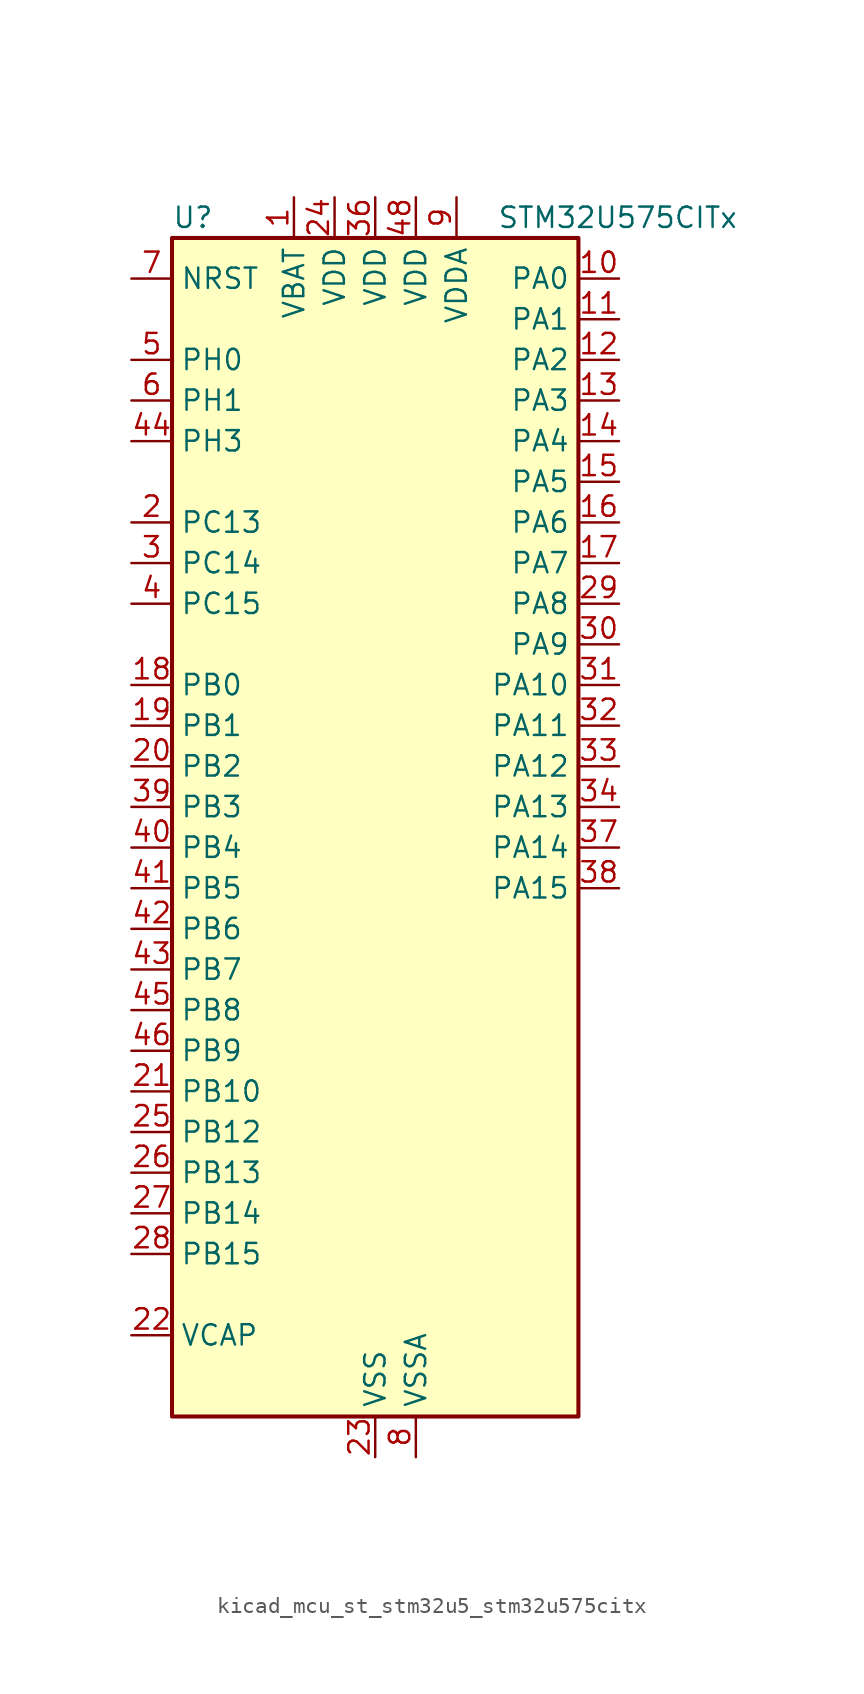
<source format=kicad_sym>
(kicad_symbol_lib
  (version 20220914)
  (generator kicad_symbol_editor)
  (symbol "kicad_mcu_st_stm32u5_stm32u575citx"
    (property "Reference" "U"
      (at -12.7 39.37 0)
      (effects (font (size 1.27 1.27)) (justify left)))
    (property "Value" "STM32U575CITx"
      (at 7.62 39.37 0)
      (effects (font (size 1.27 1.27)) (justify left)))
    (property "ki_locked" ""
      (at 0 0 0)
      (effects (font (size 1.27 1.27))))
    (symbol "kicad_mcu_st_stm32u5_stm32u575citx_0_1"
      (rectangle (start -12.7 -35.56) (end 12.7 38.1) (stroke (width 0.254) (type default)) (fill (type background))))
    (symbol "kicad_mcu_st_stm32u5_stm32u575citx_1_1"
      (pin power_in line (at -5.08 40.64 270) (length 2.54) (name "VBAT" (effects (font (size 1.27 1.27)))) (number "1" (effects (font (size 1.27 1.27)))))
      (pin bidirectional line (at 15.24 35.56 180) (length 2.54) (name "PA0" (effects (font (size 1.27 1.27)))) (number "10" (effects (font (size 1.27 1.27)))) (alternate "ADC1_IN5" bidirectional line) (alternate "AUDIOCLK" bidirectional line) (alternate "OCTOSPIM_P2_NCS" bidirectional line) (alternate "OPAMP1_VINP" bidirectional line) (alternate "PWR_WKUP1" bidirectional line) (alternate "SPI3_RDY" bidirectional line) (alternate "TAMP_IN2" bidirectional line) (alternate "TAMP_OUT1" bidirectional line) (alternate "TIM2_CH1" bidirectional line) (alternate "TIM2_ETR" bidirectional line) (alternate "TIM5_CH1" bidirectional line) (alternate "TIM8_ETR" bidirectional line) (alternate "UART4_TX" bidirectional line) (alternate "USART2_CTS" bidirectional line))
      (pin bidirectional line (at 15.24 33.02 180) (length 2.54) (name "PA1" (effects (font (size 1.27 1.27)))) (number "11" (effects (font (size 1.27 1.27)))) (alternate "ADC1_IN6" bidirectional line) (alternate "I2C1_SMBA" bidirectional line) (alternate "LPTIM1_CH2" bidirectional line) (alternate "OCTOSPIM_P1_DQS" bidirectional line) (alternate "OPAMP1_VINM" bidirectional line) (alternate "PWR_WKUP3" bidirectional line) (alternate "SPI1_SCK" bidirectional line) (alternate "TAMP_IN5" bidirectional line) (alternate "TAMP_OUT4" bidirectional line) (alternate "TIM15_CH1N" bidirectional line) (alternate "TIM2_CH2" bidirectional line) (alternate "TIM5_CH2" bidirectional line) (alternate "UART4_RX" bidirectional line) (alternate "USART2_DE" bidirectional line) (alternate "USART2_RTS" bidirectional line))
      (pin bidirectional line (at 15.24 30.48 180) (length 2.54) (name "PA2" (effects (font (size 1.27 1.27)))) (number "12" (effects (font (size 1.27 1.27)))) (alternate "ADC1_IN7" bidirectional line) (alternate "COMP1_INP" bidirectional line) (alternate "LPUART1_TX" bidirectional line) (alternate "OCTOSPIM_P1_NCS" bidirectional line) (alternate "PWR_WKUP4" bidirectional line) (alternate "RCC_LSCO" bidirectional line) (alternate "SPI1_RDY" bidirectional line) (alternate "TIM15_CH1" bidirectional line) (alternate "TIM2_CH3" bidirectional line) (alternate "TIM5_CH3" bidirectional line) (alternate "UCPD1_FRSTX1" bidirectional line) (alternate "USART2_TX" bidirectional line))
      (pin bidirectional line (at 15.24 27.94 180) (length 2.54) (name "PA3" (effects (font (size 1.27 1.27)))) (number "13" (effects (font (size 1.27 1.27)))) (alternate "ADC1_IN8" bidirectional line) (alternate "LPUART1_RX" bidirectional line) (alternate "OCTOSPIM_P1_CLK" bidirectional line) (alternate "OPAMP1_VOUT" bidirectional line) (alternate "PWR_WKUP5" bidirectional line) (alternate "SAI1_CK1" bidirectional line) (alternate "SAI1_MCLK_A" bidirectional line) (alternate "TIM15_CH2" bidirectional line) (alternate "TIM2_CH4" bidirectional line) (alternate "TIM5_CH4" bidirectional line) (alternate "USART2_RX" bidirectional line))
      (pin bidirectional line (at 15.24 25.4 180) (length 2.54) (name "PA4" (effects (font (size 1.27 1.27)))) (number "14" (effects (font (size 1.27 1.27)))) (alternate "ADC1_IN9" bidirectional line) (alternate "ADC4_IN9" bidirectional line) (alternate "DAC1_OUT1" bidirectional line) (alternate "LPTIM2_CH1" bidirectional line) (alternate "OCTOSPIM_P1_NCS" bidirectional line) (alternate "PWR_WKUP2" bidirectional line) (alternate "SAI1_FS_B" bidirectional line) (alternate "SPI1_NSS" bidirectional line) (alternate "SPI3_NSS" bidirectional line) (alternate "USART2_CK" bidirectional line))
      (pin bidirectional line (at 15.24 22.86 180) (length 2.54) (name "PA5" (effects (font (size 1.27 1.27)))) (number "15" (effects (font (size 1.27 1.27)))) (alternate "ADC1_IN10" bidirectional line) (alternate "ADC4_IN10" bidirectional line) (alternate "DAC1_OUT2" bidirectional line) (alternate "LPTIM2_ETR" bidirectional line) (alternate "PWR_CSLEEP" bidirectional line) (alternate "PWR_WKUP6" bidirectional line) (alternate "SPI1_SCK" bidirectional line) (alternate "TIM2_CH1" bidirectional line) (alternate "TIM2_ETR" bidirectional line) (alternate "TIM8_CH1N" bidirectional line) (alternate "USART3_RX" bidirectional line))
      (pin bidirectional line (at 15.24 20.32 180) (length 2.54) (name "PA6" (effects (font (size 1.27 1.27)))) (number "16" (effects (font (size 1.27 1.27)))) (alternate "ADC1_IN11" bidirectional line) (alternate "ADC4_IN11" bidirectional line) (alternate "LPUART1_CTS" bidirectional line) (alternate "OCTOSPIM_P1_IO3" bidirectional line) (alternate "OPAMP2_VINP" bidirectional line) (alternate "PWR_CDSTOP" bidirectional line) (alternate "PWR_WKUP7" bidirectional line) (alternate "SPI1_MISO" bidirectional line) (alternate "TIM16_CH1" bidirectional line) (alternate "TIM1_BKIN" bidirectional line) (alternate "TIM3_CH1" bidirectional line) (alternate "TIM8_BKIN" bidirectional line) (alternate "USART3_CTS" bidirectional line))
      (pin bidirectional line (at 15.24 17.78 180) (length 2.54) (name "PA7" (effects (font (size 1.27 1.27)))) (number "17" (effects (font (size 1.27 1.27)))) (alternate "ADC1_IN12" bidirectional line) (alternate "ADC4_IN20" bidirectional line) (alternate "I2C3_SCL" bidirectional line) (alternate "LPTIM2_CH2" bidirectional line) (alternate "OCTOSPIM_P1_IO2" bidirectional line) (alternate "OPAMP2_VINM" bidirectional line) (alternate "PWR_SRDSTOP" bidirectional line) (alternate "PWR_WKUP8" bidirectional line) (alternate "SPI1_MOSI" bidirectional line) (alternate "TIM17_CH1" bidirectional line) (alternate "TIM1_CH1N" bidirectional line) (alternate "TIM3_CH2" bidirectional line) (alternate "TIM8_CH1N" bidirectional line) (alternate "USART3_TX" bidirectional line))
      (pin bidirectional line (at -15.24 10.16 0) (length 2.54) (name "PB0" (effects (font (size 1.27 1.27)))) (number "18" (effects (font (size 1.27 1.27)))) (alternate "ADC1_IN15" bidirectional line) (alternate "ADC4_IN18" bidirectional line) (alternate "AUDIOCLK" bidirectional line) (alternate "COMP1_OUT" bidirectional line) (alternate "LPTIM3_CH1" bidirectional line) (alternate "OCTOSPIM_P1_IO1" bidirectional line) (alternate "OPAMP2_VOUT" bidirectional line) (alternate "SPI1_NSS" bidirectional line) (alternate "TIM1_CH2N" bidirectional line) (alternate "TIM3_CH3" bidirectional line) (alternate "TIM8_CH2N" bidirectional line) (alternate "USART3_CK" bidirectional line))
      (pin bidirectional line (at -15.24 7.62 0) (length 2.54) (name "PB1" (effects (font (size 1.27 1.27)))) (number "19" (effects (font (size 1.27 1.27)))) (alternate "ADC1_IN16" bidirectional line) (alternate "ADC4_IN19" bidirectional line) (alternate "COMP1_INM" bidirectional line) (alternate "LPTIM2_IN1" bidirectional line) (alternate "LPTIM3_CH2" bidirectional line) (alternate "LPUART1_DE" bidirectional line) (alternate "LPUART1_RTS" bidirectional line) (alternate "MDF1_SDI0" bidirectional line) (alternate "OCTOSPIM_P1_IO0" bidirectional line) (alternate "PWR_WKUP4" bidirectional line) (alternate "TIM1_CH3N" bidirectional line) (alternate "TIM3_CH4" bidirectional line) (alternate "TIM8_CH3N" bidirectional line) (alternate "USART3_DE" bidirectional line) (alternate "USART3_RTS" bidirectional line))
      (pin bidirectional line (at -15.24 20.32 0) (length 2.54) (name "PC13" (effects (font (size 1.27 1.27)))) (number "2" (effects (font (size 1.27 1.27)))) (alternate "PWR_WKUP2" bidirectional line) (alternate "RTC_OUT1" bidirectional line) (alternate "RTC_TS" bidirectional line) (alternate "TAMP_IN1" bidirectional line) (alternate "TAMP_OUT2" bidirectional line))
      (pin bidirectional line (at -15.24 5.08 0) (length 2.54) (name "PB2" (effects (font (size 1.27 1.27)))) (number "20" (effects (font (size 1.27 1.27)))) (alternate "ADC1_IN17" bidirectional line) (alternate "COMP1_INP" bidirectional line) (alternate "I2C3_SMBA" bidirectional line) (alternate "LPTIM1_CH1" bidirectional line) (alternate "MDF1_CKI0" bidirectional line) (alternate "OCTOSPIM_P1_DQS" bidirectional line) (alternate "PWR_WKUP1" bidirectional line) (alternate "RTC_OUT2" bidirectional line) (alternate "SPI1_RDY" bidirectional line) (alternate "TIM8_CH4N" bidirectional line) (alternate "UCPD1_FRSTX1" bidirectional line))
      (pin bidirectional line (at -15.24 -15.24 0) (length 2.54) (name "PB10" (effects (font (size 1.27 1.27)))) (number "21" (effects (font (size 1.27 1.27)))) (alternate "COMP1_OUT" bidirectional line) (alternate "I2C2_SCL" bidirectional line) (alternate "I2C4_SCL" bidirectional line) (alternate "LPTIM3_CH1" bidirectional line) (alternate "LPUART1_RX" bidirectional line) (alternate "OCTOSPIM_P1_CLK" bidirectional line) (alternate "PWR_WKUP8" bidirectional line) (alternate "SAI1_SCK_A" bidirectional line) (alternate "SPI2_SCK" bidirectional line) (alternate "TIM2_CH3" bidirectional line) (alternate "TSC_SYNC" bidirectional line) (alternate "USART3_TX" bidirectional line))
      (pin power_out line (at -15.24 -30.48 0) (length 2.54) (name "VCAP" (effects (font (size 1.27 1.27)))) (number "22" (effects (font (size 1.27 1.27)))))
      (pin power_in line (at 0 -38.1 90) (length 2.54) (name "VSS" (effects (font (size 1.27 1.27)))) (number "23" (effects (font (size 1.27 1.27)))))
      (pin power_in line (at -2.54 40.64 270) (length 2.54) (name "VDD" (effects (font (size 1.27 1.27)))) (number "24" (effects (font (size 1.27 1.27)))))
      (pin bidirectional line (at -15.24 -17.78 0) (length 2.54) (name "PB12" (effects (font (size 1.27 1.27)))) (number "25" (effects (font (size 1.27 1.27)))) (alternate "I2C2_SMBA" bidirectional line) (alternate "LPUART1_DE" bidirectional line) (alternate "LPUART1_RTS" bidirectional line) (alternate "MDF1_SDI1" bidirectional line) (alternate "OCTOSPIM_P1_NCLK" bidirectional line) (alternate "SPI2_NSS" bidirectional line) (alternate "TIM15_BKIN" bidirectional line) (alternate "TIM1_BKIN" bidirectional line) (alternate "TSC_G1_IO1" bidirectional line) (alternate "USART3_CK" bidirectional line))
      (pin bidirectional line (at -15.24 -20.32 0) (length 2.54) (name "PB13" (effects (font (size 1.27 1.27)))) (number "26" (effects (font (size 1.27 1.27)))) (alternate "I2C2_SCL" bidirectional line) (alternate "LPTIM3_IN1" bidirectional line) (alternate "LPUART1_CTS" bidirectional line) (alternate "MDF1_CKI1" bidirectional line) (alternate "SPI2_SCK" bidirectional line) (alternate "TIM15_CH1N" bidirectional line) (alternate "TIM1_CH1N" bidirectional line) (alternate "TSC_G1_IO2" bidirectional line) (alternate "USART3_CTS" bidirectional line))
      (pin bidirectional line (at -15.24 -22.86 0) (length 2.54) (name "PB14" (effects (font (size 1.27 1.27)))) (number "27" (effects (font (size 1.27 1.27)))) (alternate "I2C2_SDA" bidirectional line) (alternate "LPTIM3_ETR" bidirectional line) (alternate "MDF1_SDI2" bidirectional line) (alternate "SPI2_MISO" bidirectional line) (alternate "TIM15_CH1" bidirectional line) (alternate "TIM1_CH2N" bidirectional line) (alternate "TIM8_CH2N" bidirectional line) (alternate "TSC_G1_IO3" bidirectional line) (alternate "UCPD1_DBCC2" bidirectional line) (alternate "USART3_DE" bidirectional line) (alternate "USART3_RTS" bidirectional line))
      (pin bidirectional line (at -15.24 -25.4 0) (length 2.54) (name "PB15" (effects (font (size 1.27 1.27)))) (number "28" (effects (font (size 1.27 1.27)))) (alternate "ADC1_EXTI15" bidirectional line) (alternate "ADC4_EXTI15" bidirectional line) (alternate "LPTIM2_IN2" bidirectional line) (alternate "MDF1_CKI2" bidirectional line) (alternate "PWR_WKUP7" bidirectional line) (alternate "RTC_REFIN" bidirectional line) (alternate "SPI2_MOSI" bidirectional line) (alternate "TIM15_CH2" bidirectional line) (alternate "TIM1_CH3N" bidirectional line) (alternate "TIM8_CH3N" bidirectional line) (alternate "UCPD1_CC2" bidirectional line))
      (pin bidirectional line (at 15.24 15.24 180) (length 2.54) (name "PA8" (effects (font (size 1.27 1.27)))) (number "29" (effects (font (size 1.27 1.27)))) (alternate "DEBUG_TRACECLK" bidirectional line) (alternate "LPTIM2_CH1" bidirectional line) (alternate "RCC_MCO" bidirectional line) (alternate "SAI1_CK2" bidirectional line) (alternate "SAI1_SCK_A" bidirectional line) (alternate "SPI1_RDY" bidirectional line) (alternate "TIM1_CH1" bidirectional line) (alternate "USART1_CK" bidirectional line) (alternate "USB_OTG_FS_SOF" bidirectional line))
      (pin bidirectional line (at -15.24 17.78 0) (length 2.54) (name "PC14" (effects (font (size 1.27 1.27)))) (number "3" (effects (font (size 1.27 1.27)))) (alternate "RCC_OSC32_IN" bidirectional line))
      (pin bidirectional line (at 15.24 12.7 180) (length 2.54) (name "PA9" (effects (font (size 1.27 1.27)))) (number "30" (effects (font (size 1.27 1.27)))) (alternate "DAC1_EXTI9" bidirectional line) (alternate "SAI1_FS_A" bidirectional line) (alternate "SPI2_SCK" bidirectional line) (alternate "TIM15_BKIN" bidirectional line) (alternate "TIM1_CH2" bidirectional line) (alternate "USART1_TX" bidirectional line) (alternate "USB_OTG_FS_VBUS" bidirectional line))
      (pin bidirectional line (at 15.24 10.16 180) (length 2.54) (name "PA10" (effects (font (size 1.27 1.27)))) (number "31" (effects (font (size 1.27 1.27)))) (alternate "CRS_SYNC" bidirectional line) (alternate "LPTIM2_IN2" bidirectional line) (alternate "SAI1_D1" bidirectional line) (alternate "SAI1_SD_A" bidirectional line) (alternate "TIM17_BKIN" bidirectional line) (alternate "TIM1_CH3" bidirectional line) (alternate "USART1_RX" bidirectional line) (alternate "USB_OTG_FS_ID" bidirectional line))
      (pin bidirectional line (at 15.24 7.62 180) (length 2.54) (name "PA11" (effects (font (size 1.27 1.27)))) (number "32" (effects (font (size 1.27 1.27)))) (alternate "ADC1_EXTI11" bidirectional line) (alternate "FDCAN1_RX" bidirectional line) (alternate "SPI1_MISO" bidirectional line) (alternate "TIM1_BKIN2" bidirectional line) (alternate "TIM1_CH4" bidirectional line) (alternate "USART1_CTS" bidirectional line) (alternate "USB_OTG_FS_DM" bidirectional line))
      (pin bidirectional line (at 15.24 5.08 180) (length 2.54) (name "PA12" (effects (font (size 1.27 1.27)))) (number "33" (effects (font (size 1.27 1.27)))) (alternate "FDCAN1_TX" bidirectional line) (alternate "OCTOSPIM_P2_NCS" bidirectional line) (alternate "SPI1_MOSI" bidirectional line) (alternate "TIM1_ETR" bidirectional line) (alternate "USART1_DE" bidirectional line) (alternate "USART1_RTS" bidirectional line) (alternate "USB_OTG_FS_DP" bidirectional line))
      (pin bidirectional line (at 15.24 2.54 180) (length 2.54) (name "PA13" (effects (font (size 1.27 1.27)))) (number "34" (effects (font (size 1.27 1.27)))) (alternate "DEBUG_JTMS-SWDIO" bidirectional line) (alternate "IR_OUT" bidirectional line) (alternate "SAI1_SD_B" bidirectional line) (alternate "USB_OTG_FS_NOE" bidirectional line))
      (pin passive line (at 0 -38.1 90) (length 2.54) hide (name "VSS" (effects (font (size 1.27 1.27)))) (number "35" (effects (font (size 1.27 1.27)))))
      (pin power_in line (at 0 40.64 270) (length 2.54) (name "VDD" (effects (font (size 1.27 1.27)))) (number "36" (effects (font (size 1.27 1.27)))))
      (pin bidirectional line (at 15.24 0 180) (length 2.54) (name "PA14" (effects (font (size 1.27 1.27)))) (number "37" (effects (font (size 1.27 1.27)))) (alternate "DEBUG_JTCK-SWCLK" bidirectional line) (alternate "I2C1_SMBA" bidirectional line) (alternate "I2C4_SMBA" bidirectional line) (alternate "LPTIM1_CH1" bidirectional line) (alternate "SAI1_FS_B" bidirectional line) (alternate "USB_OTG_FS_SOF" bidirectional line))
      (pin bidirectional line (at 15.24 -2.54 180) (length 2.54) (name "PA15" (effects (font (size 1.27 1.27)))) (number "38" (effects (font (size 1.27 1.27)))) (alternate "ADC1_EXTI15" bidirectional line) (alternate "ADC4_EXTI15" bidirectional line) (alternate "DEBUG_JTDI" bidirectional line) (alternate "SPI1_NSS" bidirectional line) (alternate "SPI3_NSS" bidirectional line) (alternate "TIM2_CH1" bidirectional line) (alternate "TIM2_ETR" bidirectional line) (alternate "UART4_DE" bidirectional line) (alternate "UART4_RTS" bidirectional line) (alternate "UCPD1_CC1" bidirectional line) (alternate "USART2_RX" bidirectional line) (alternate "USART3_DE" bidirectional line) (alternate "USART3_RTS" bidirectional line))
      (pin bidirectional line (at -15.24 2.54 0) (length 2.54) (name "PB3" (effects (font (size 1.27 1.27)))) (number "39" (effects (font (size 1.27 1.27)))) (alternate "ADF1_CCK0" bidirectional line) (alternate "COMP2_INM" bidirectional line) (alternate "CRS_SYNC" bidirectional line) (alternate "DEBUG_JTDO-SWO" bidirectional line) (alternate "I2C1_SDA" bidirectional line) (alternate "LPTIM1_CH1" bidirectional line) (alternate "SAI1_SCK_B" bidirectional line) (alternate "SPI1_SCK" bidirectional line) (alternate "SPI3_SCK" bidirectional line) (alternate "TIM2_CH2" bidirectional line) (alternate "USART1_DE" bidirectional line) (alternate "USART1_RTS" bidirectional line))
      (pin bidirectional line (at -15.24 15.24 0) (length 2.54) (name "PC15" (effects (font (size 1.27 1.27)))) (number "4" (effects (font (size 1.27 1.27)))) (alternate "ADC1_EXTI15" bidirectional line) (alternate "ADC4_EXTI15" bidirectional line) (alternate "RCC_OSC32_OUT" bidirectional line))
      (pin bidirectional line (at -15.24 0 0) (length 2.54) (name "PB4" (effects (font (size 1.27 1.27)))) (number "40" (effects (font (size 1.27 1.27)))) (alternate "ADF1_SDI0" bidirectional line) (alternate "COMP2_INP" bidirectional line) (alternate "DEBUG_JTRST" bidirectional line) (alternate "I2C3_SDA" bidirectional line) (alternate "LPTIM1_CH2" bidirectional line) (alternate "SAI1_MCLK_B" bidirectional line) (alternate "SPI1_MISO" bidirectional line) (alternate "SPI3_MISO" bidirectional line) (alternate "TIM17_BKIN" bidirectional line) (alternate "TIM3_CH1" bidirectional line) (alternate "TSC_G2_IO1" bidirectional line) (alternate "USART1_CTS" bidirectional line))
      (pin bidirectional line (at -15.24 -2.54 0) (length 2.54) (name "PB5" (effects (font (size 1.27 1.27)))) (number "41" (effects (font (size 1.27 1.27)))) (alternate "COMP2_OUT" bidirectional line) (alternate "I2C1_SMBA" bidirectional line) (alternate "LPTIM1_IN1" bidirectional line) (alternate "OCTOSPIM_P1_NCLK" bidirectional line) (alternate "PWR_WKUP6" bidirectional line) (alternate "SAI1_SD_B" bidirectional line) (alternate "SPI1_MOSI" bidirectional line) (alternate "SPI3_MOSI" bidirectional line) (alternate "TIM16_BKIN" bidirectional line) (alternate "TIM3_CH2" bidirectional line) (alternate "TSC_G2_IO2" bidirectional line) (alternate "UCPD1_DBCC1" bidirectional line) (alternate "USART1_CK" bidirectional line))
      (pin bidirectional line (at -15.24 -5.08 0) (length 2.54) (name "PB6" (effects (font (size 1.27 1.27)))) (number "42" (effects (font (size 1.27 1.27)))) (alternate "COMP2_INP" bidirectional line) (alternate "I2C1_SCL" bidirectional line) (alternate "I2C4_SCL" bidirectional line) (alternate "LPTIM1_ETR" bidirectional line) (alternate "MDF1_SDI5" bidirectional line) (alternate "PWR_WKUP3" bidirectional line) (alternate "SAI1_FS_B" bidirectional line) (alternate "TIM16_CH1N" bidirectional line) (alternate "TIM4_CH1" bidirectional line) (alternate "TIM8_BKIN2" bidirectional line) (alternate "TSC_G2_IO3" bidirectional line) (alternate "USART1_TX" bidirectional line))
      (pin bidirectional line (at -15.24 -7.62 0) (length 2.54) (name "PB7" (effects (font (size 1.27 1.27)))) (number "43" (effects (font (size 1.27 1.27)))) (alternate "COMP2_INM" bidirectional line) (alternate "I2C1_SDA" bidirectional line) (alternate "I2C4_SDA" bidirectional line) (alternate "LPTIM1_IN2" bidirectional line) (alternate "MDF1_CKI5" bidirectional line) (alternate "PWR_PVD_IN" bidirectional line) (alternate "PWR_WKUP4" bidirectional line) (alternate "TIM17_CH1N" bidirectional line) (alternate "TIM4_CH2" bidirectional line) (alternate "TIM8_BKIN" bidirectional line) (alternate "TSC_G2_IO4" bidirectional line) (alternate "UART4_CTS" bidirectional line) (alternate "USART1_RX" bidirectional line))
      (pin bidirectional line (at -15.24 25.4 0) (length 2.54) (name "PH3" (effects (font (size 1.27 1.27)))) (number "44" (effects (font (size 1.27 1.27)))))
      (pin bidirectional line (at -15.24 -10.16 0) (length 2.54) (name "PB8" (effects (font (size 1.27 1.27)))) (number "45" (effects (font (size 1.27 1.27)))) (alternate "FDCAN1_RX" bidirectional line) (alternate "I2C1_SCL" bidirectional line) (alternate "MDF1_CCK0" bidirectional line) (alternate "PWR_WKUP5" bidirectional line) (alternate "SAI1_CK1" bidirectional line) (alternate "SAI1_MCLK_A" bidirectional line) (alternate "SPI3_RDY" bidirectional line) (alternate "TIM16_CH1" bidirectional line) (alternate "TIM4_CH3" bidirectional line))
      (pin bidirectional line (at -15.24 -12.7 0) (length 2.54) (name "PB9" (effects (font (size 1.27 1.27)))) (number "46" (effects (font (size 1.27 1.27)))) (alternate "DAC1_EXTI9" bidirectional line) (alternate "FDCAN1_TX" bidirectional line) (alternate "I2C1_SDA" bidirectional line) (alternate "IR_OUT" bidirectional line) (alternate "SAI1_D2" bidirectional line) (alternate "SAI1_FS_A" bidirectional line) (alternate "SPI2_NSS" bidirectional line) (alternate "TIM17_CH1" bidirectional line) (alternate "TIM4_CH4" bidirectional line))
      (pin passive line (at 0 -38.1 90) (length 2.54) hide (name "VSS" (effects (font (size 1.27 1.27)))) (number "47" (effects (font (size 1.27 1.27)))))
      (pin power_in line (at 2.54 40.64 270) (length 2.54) (name "VDD" (effects (font (size 1.27 1.27)))) (number "48" (effects (font (size 1.27 1.27)))))
      (pin bidirectional line (at -15.24 30.48 0) (length 2.54) (name "PH0" (effects (font (size 1.27 1.27)))) (number "5" (effects (font (size 1.27 1.27)))) (alternate "RCC_OSC_IN" bidirectional line))
      (pin bidirectional line (at -15.24 27.94 0) (length 2.54) (name "PH1" (effects (font (size 1.27 1.27)))) (number "6" (effects (font (size 1.27 1.27)))) (alternate "RCC_OSC_OUT" bidirectional line))
      (pin input line (at -15.24 35.56 0) (length 2.54) (name "NRST" (effects (font (size 1.27 1.27)))) (number "7" (effects (font (size 1.27 1.27)))))
      (pin power_in line (at 2.54 -38.1 90) (length 2.54) (name "VSSA" (effects (font (size 1.27 1.27)))) (number "8" (effects (font (size 1.27 1.27)))))
      (pin power_in line (at 5.08 40.64 270) (length 2.54) (name "VDDA" (effects (font (size 1.27 1.27)))) (number "9" (effects (font (size 1.27 1.27))))))))
</source>
